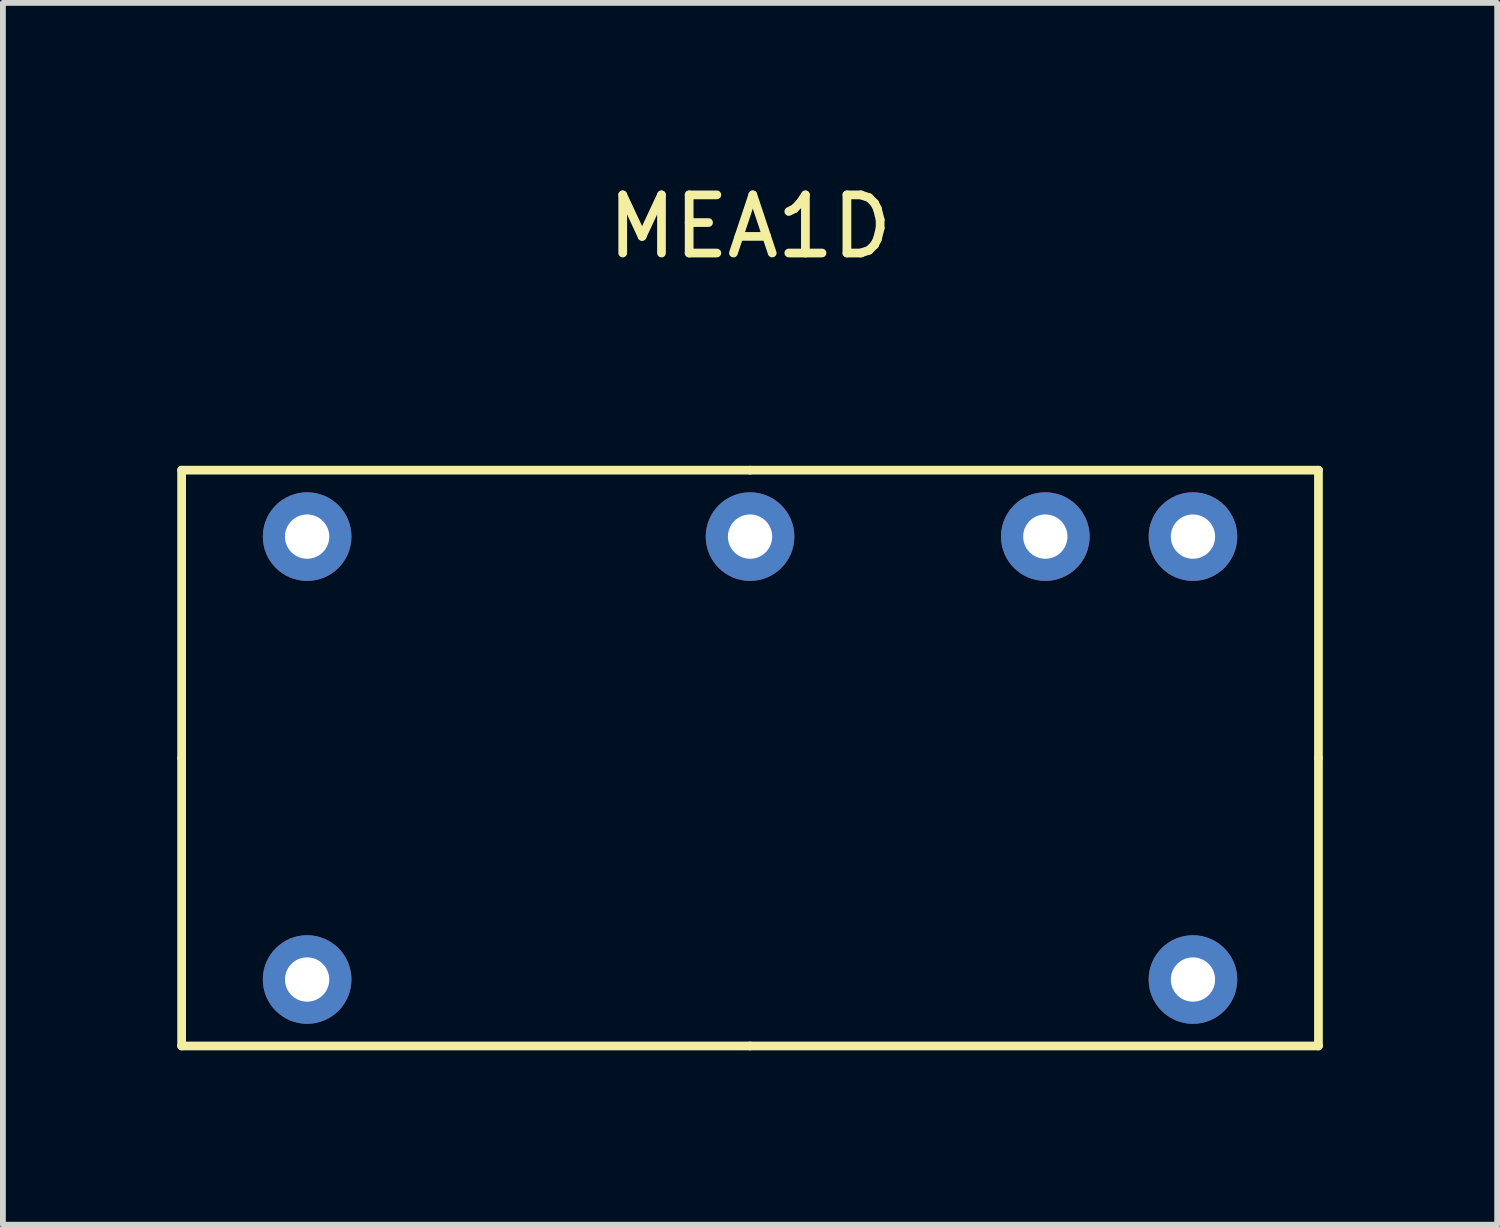
<source format=kicad_pcb>
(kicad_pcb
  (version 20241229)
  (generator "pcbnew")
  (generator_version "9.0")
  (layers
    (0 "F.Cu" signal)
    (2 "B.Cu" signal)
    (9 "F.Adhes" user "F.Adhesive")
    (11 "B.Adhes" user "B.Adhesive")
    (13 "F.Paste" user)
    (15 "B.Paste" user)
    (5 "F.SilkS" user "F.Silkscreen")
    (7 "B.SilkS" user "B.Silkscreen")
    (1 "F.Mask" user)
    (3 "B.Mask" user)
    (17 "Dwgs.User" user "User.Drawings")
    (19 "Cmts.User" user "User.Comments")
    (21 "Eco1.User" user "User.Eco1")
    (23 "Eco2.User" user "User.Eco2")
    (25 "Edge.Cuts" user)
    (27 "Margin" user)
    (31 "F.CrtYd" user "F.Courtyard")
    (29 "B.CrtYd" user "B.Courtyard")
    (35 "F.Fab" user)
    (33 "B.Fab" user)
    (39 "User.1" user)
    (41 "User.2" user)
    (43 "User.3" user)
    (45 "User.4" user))
  (footprint "MEA1D"
    (layer "F.Cu")
    (at 9.854 9.992)
    (property "Reference" "MEA1D" (at 0 -9.144 0) (layer "F.SilkS") (effects (font (size 1 1) (thickness 0.15))))
    (attr through_hole)
    (fp_line (start -9.779 0) (end -9.779 -4.953) (stroke (width 0.15) (type solid)) (layer "F.SilkS"))
    (fp_line (start -9.779 0) (end -9.779 4.953) (stroke (width 0.15) (type solid)) (layer "F.SilkS"))
    (fp_line (start 0 -4.953) (end -9.779 -4.953) (stroke (width 0.15) (type solid)) (layer "F.SilkS"))
    (fp_line (start 0 -4.953) (end 9.779 -4.953) (stroke (width 0.15) (type solid)) (layer "F.SilkS"))
    (fp_line (start 0 4.953) (end -9.779 4.953) (stroke (width 0.15) (type solid)) (layer "F.SilkS"))
    (fp_line (start 0 4.953) (end 9.779 4.953) (stroke (width 0.15) (type solid)) (layer "F.SilkS"))
    (fp_line (start 9.779 0) (end 9.779 -4.953) (stroke (width 0.15) (type solid)) (layer "F.SilkS"))
    (fp_line (start 9.779 0) (end 9.779 4.953) (stroke (width 0.15) (type solid)) (layer "F.SilkS"))
    (pad "1" thru_hole circle (at -7.62 3.81) (size 1.524 1.524) (drill 0.762) (layers "*.Cu" "*.Mask"))
    (pad "7" thru_hole circle (at 7.62 3.81) (size 1.524 1.524) (drill 0.762) (layers "*.Cu" "*.Mask"))
    (pad "8" thru_hole circle (at 7.62 -3.81) (size 1.524 1.524) (drill 0.762) (layers "*.Cu" "*.Mask"))
    (pad "9" thru_hole circle (at 5.08 -3.81) (size 1.524 1.524) (drill 0.762) (layers "*.Cu" "*.Mask"))
    (pad "11" thru_hole circle (at 0 -3.81) (size 1.524 1.524) (drill 0.762) (layers "*.Cu" "*.Mask"))
    (pad "14" thru_hole circle (at -7.62 -3.81) (size 1.524 1.524) (drill 0.762) (layers "*.Cu" "*.Mask")))
  (gr_rect
    (start -3 -3)
    (end 22.708 18.02)
    (stroke (width 0.1) (type default))
    (fill no)
    (layer "Edge.Cuts")))
</source>
